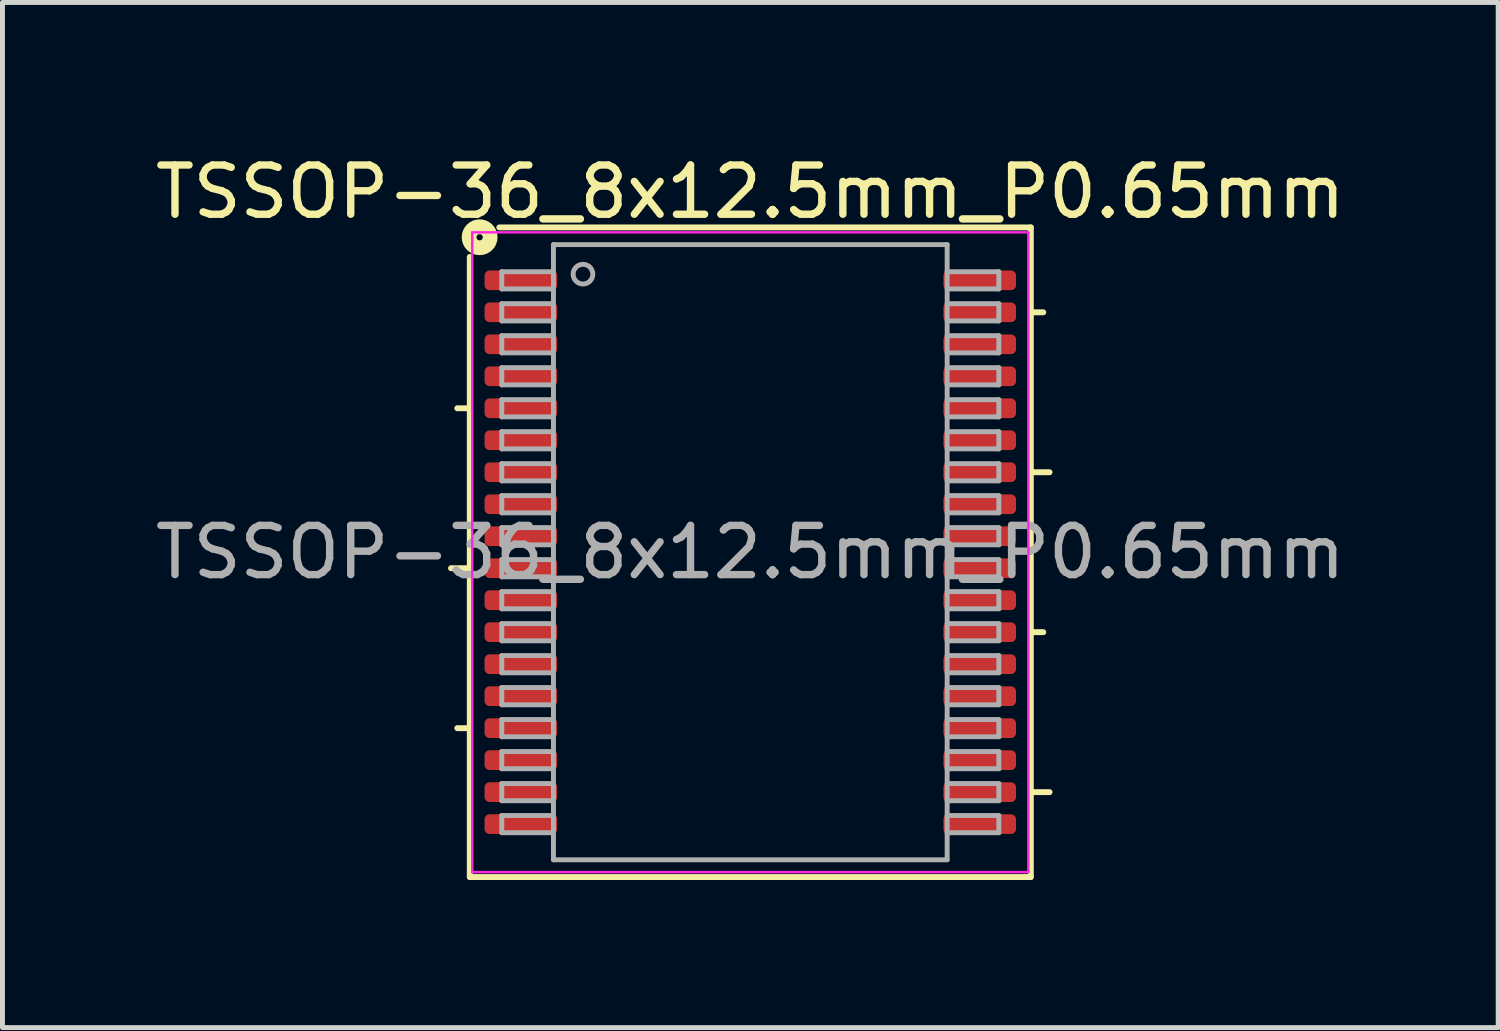
<source format=kicad_pcb>
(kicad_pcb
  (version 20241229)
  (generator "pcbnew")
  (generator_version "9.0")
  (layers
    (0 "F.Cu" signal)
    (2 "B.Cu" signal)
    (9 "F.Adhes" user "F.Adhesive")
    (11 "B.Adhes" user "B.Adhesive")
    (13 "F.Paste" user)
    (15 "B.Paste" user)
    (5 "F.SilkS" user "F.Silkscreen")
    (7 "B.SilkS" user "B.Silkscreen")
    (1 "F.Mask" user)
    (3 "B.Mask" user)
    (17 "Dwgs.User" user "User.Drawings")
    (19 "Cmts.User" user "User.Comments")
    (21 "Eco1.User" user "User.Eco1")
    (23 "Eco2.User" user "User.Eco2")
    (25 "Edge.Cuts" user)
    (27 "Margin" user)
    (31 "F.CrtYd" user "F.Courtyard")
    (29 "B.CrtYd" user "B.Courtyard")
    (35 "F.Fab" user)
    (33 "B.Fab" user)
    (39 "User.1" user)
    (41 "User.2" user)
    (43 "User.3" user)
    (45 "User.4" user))
  (footprint "TSSOP-36_8x12.5mm_P0.65mm"
    (layer "F.Cu")
    (at 12.196 8.171)
    (property "Reference" "TSSOP-36_8x12.5mm_P0.65mm" (at 0 -7.323 0) (layer "F.SilkS") (effects (font (size 1 1) (thickness 0.15))))
    (attr smd)
    (fp_line (start -5.7 -6) (end -5.7 6.6) (stroke (width 0.12) (type solid)) (layer "F.SilkS"))
    (fp_line (start -5.7 -2.925) (end -5.954 -2.925) (stroke (width 0.12) (type solid)) (layer "F.SilkS"))
    (fp_line (start -5.7 0.325) (end -6.081 0.325) (stroke (width 0.12) (type solid)) (layer "F.SilkS"))
    (fp_line (start -5.7 3.575) (end -5.954 3.575) (stroke (width 0.12) (type solid)) (layer "F.SilkS"))
    (fp_line (start -5.7 6.6) (end 5.7 6.6) (stroke (width 0.12) (type solid)) (layer "F.SilkS"))
    (fp_line (start 5.7 -6.6) (end -5.1 -6.6) (stroke (width 0.12) (type solid)) (layer "F.SilkS"))
    (fp_line (start 5.7 -4.875) (end 5.954 -4.875) (stroke (width 0.12) (type solid)) (layer "F.SilkS"))
    (fp_line (start 5.7 -1.625) (end 6.081 -1.625) (stroke (width 0.12) (type solid)) (layer "F.SilkS"))
    (fp_line (start 5.7 1.625) (end 5.954 1.625) (stroke (width 0.12) (type solid)) (layer "F.SilkS"))
    (fp_line (start 5.7 4.875) (end 6.081 4.875) (stroke (width 0.12) (type solid)) (layer "F.SilkS"))
    (fp_line (start 5.7 6.6) (end 5.7 -6.6) (stroke (width 0.12) (type solid)) (layer "F.SilkS"))
    (fp_circle (center -5.5 -6.4) (end -5.436 -6.4) (stroke (width 0.3) (type solid)) (fill no) (layer "F.SilkS"))
    (fp_line (start -5.65 -6.5) (end -5.65 6.5) (stroke (width 0.05) (type solid)) (layer "F.CrtYd"))
    (fp_line (start -5.65 6.5) (end 5.65 6.5) (stroke (width 0.05) (type solid)) (layer "F.CrtYd"))
    (fp_line (start 5.65 -6.5) (end -5.65 -6.5) (stroke (width 0.05) (type solid)) (layer "F.CrtYd"))
    (fp_line (start 5.65 6.5) (end 5.65 -6.5) (stroke (width 0.05) (type solid)) (layer "F.CrtYd"))
    (fp_line (start -5.05 -5.7) (end -5.05 -5.35) (stroke (width 0.1) (type solid)) (layer "F.Fab"))
    (fp_line (start -5.05 -5.7) (end -4 -5.7) (stroke (width 0.1) (type solid)) (layer "F.Fab"))
    (fp_line (start -5.05 -5.35) (end -4 -5.35) (stroke (width 0.1) (type solid)) (layer "F.Fab"))
    (fp_line (start -5.05 -5.05) (end -5.05 -4.7) (stroke (width 0.1) (type solid)) (layer "F.Fab"))
    (fp_line (start -5.05 -5.05) (end -4 -5.05) (stroke (width 0.1) (type solid)) (layer "F.Fab"))
    (fp_line (start -5.05 -4.7) (end -4 -4.7) (stroke (width 0.1) (type solid)) (layer "F.Fab"))
    (fp_line (start -5.05 -4.4) (end -5.05 -4.05) (stroke (width 0.1) (type solid)) (layer "F.Fab"))
    (fp_line (start -5.05 -4.4) (end -4 -4.4) (stroke (width 0.1) (type solid)) (layer "F.Fab"))
    (fp_line (start -5.05 -4.05) (end -4 -4.05) (stroke (width 0.1) (type solid)) (layer "F.Fab"))
    (fp_line (start -5.05 -3.75) (end -5.05 -3.4) (stroke (width 0.1) (type solid)) (layer "F.Fab"))
    (fp_line (start -5.05 -3.75) (end -4 -3.75) (stroke (width 0.1) (type solid)) (layer "F.Fab"))
    (fp_line (start -5.05 -3.4) (end -4 -3.4) (stroke (width 0.1) (type solid)) (layer "F.Fab"))
    (fp_line (start -5.05 -3.1) (end -5.05 -2.75) (stroke (width 0.1) (type solid)) (layer "F.Fab"))
    (fp_line (start -5.05 -3.1) (end -4 -3.1) (stroke (width 0.1) (type solid)) (layer "F.Fab"))
    (fp_line (start -5.05 -2.75) (end -4 -2.75) (stroke (width 0.1) (type solid)) (layer "F.Fab"))
    (fp_line (start -5.05 -2.45) (end -5.05 -2.1) (stroke (width 0.1) (type solid)) (layer "F.Fab"))
    (fp_line (start -5.05 -2.45) (end -4 -2.45) (stroke (width 0.1) (type solid)) (layer "F.Fab"))
    (fp_line (start -5.05 -2.1) (end -4 -2.1) (stroke (width 0.1) (type solid)) (layer "F.Fab"))
    (fp_line (start -5.05 -1.8) (end -5.05 -1.45) (stroke (width 0.1) (type solid)) (layer "F.Fab"))
    (fp_line (start -5.05 -1.8) (end -4 -1.8) (stroke (width 0.1) (type solid)) (layer "F.Fab"))
    (fp_line (start -5.05 -1.45) (end -4 -1.45) (stroke (width 0.1) (type solid)) (layer "F.Fab"))
    (fp_line (start -5.05 -1.15) (end -5.05 -0.8) (stroke (width 0.1) (type solid)) (layer "F.Fab"))
    (fp_line (start -5.05 -1.15) (end -4 -1.15) (stroke (width 0.1) (type solid)) (layer "F.Fab"))
    (fp_line (start -5.05 -0.8) (end -4 -0.8) (stroke (width 0.1) (type solid)) (layer "F.Fab"))
    (fp_line (start -5.05 -0.5) (end -5.05 -0.15) (stroke (width 0.1) (type solid)) (layer "F.Fab"))
    (fp_line (start -5.05 -0.5) (end -4 -0.5) (stroke (width 0.1) (type solid)) (layer "F.Fab"))
    (fp_line (start -5.05 -0.15) (end -4 -0.15) (stroke (width 0.1) (type solid)) (layer "F.Fab"))
    (fp_line (start -5.05 0.15) (end -5.05 0.5) (stroke (width 0.1) (type solid)) (layer "F.Fab"))
    (fp_line (start -5.05 0.15) (end -4 0.15) (stroke (width 0.1) (type solid)) (layer "F.Fab"))
    (fp_line (start -5.05 0.5) (end -4 0.5) (stroke (width 0.1) (type solid)) (layer "F.Fab"))
    (fp_line (start -5.05 0.8) (end -5.05 1.15) (stroke (width 0.1) (type solid)) (layer "F.Fab"))
    (fp_line (start -5.05 0.8) (end -4 0.8) (stroke (width 0.1) (type solid)) (layer "F.Fab"))
    (fp_line (start -5.05 1.15) (end -4 1.15) (stroke (width 0.1) (type solid)) (layer "F.Fab"))
    (fp_line (start -5.05 1.45) (end -5.05 1.8) (stroke (width 0.1) (type solid)) (layer "F.Fab"))
    (fp_line (start -5.05 1.45) (end -4 1.45) (stroke (width 0.1) (type solid)) (layer "F.Fab"))
    (fp_line (start -5.05 1.8) (end -4 1.8) (stroke (width 0.1) (type solid)) (layer "F.Fab"))
    (fp_line (start -5.05 2.1) (end -5.05 2.45) (stroke (width 0.1) (type solid)) (layer "F.Fab"))
    (fp_line (start -5.05 2.1) (end -4 2.1) (stroke (width 0.1) (type solid)) (layer "F.Fab"))
    (fp_line (start -5.05 2.45) (end -4 2.45) (stroke (width 0.1) (type solid)) (layer "F.Fab"))
    (fp_line (start -5.05 2.75) (end -5.05 3.1) (stroke (width 0.1) (type solid)) (layer "F.Fab"))
    (fp_line (start -5.05 2.75) (end -4 2.75) (stroke (width 0.1) (type solid)) (layer "F.Fab"))
    (fp_line (start -5.05 3.1) (end -4 3.1) (stroke (width 0.1) (type solid)) (layer "F.Fab"))
    (fp_line (start -5.05 3.4) (end -5.05 3.75) (stroke (width 0.1) (type solid)) (layer "F.Fab"))
    (fp_line (start -5.05 3.4) (end -4 3.4) (stroke (width 0.1) (type solid)) (layer "F.Fab"))
    (fp_line (start -5.05 3.75) (end -4 3.75) (stroke (width 0.1) (type solid)) (layer "F.Fab"))
    (fp_line (start -5.05 4.05) (end -5.05 4.4) (stroke (width 0.1) (type solid)) (layer "F.Fab"))
    (fp_line (start -5.05 4.05) (end -4 4.05) (stroke (width 0.1) (type solid)) (layer "F.Fab"))
    (fp_line (start -5.05 4.4) (end -4 4.4) (stroke (width 0.1) (type solid)) (layer "F.Fab"))
    (fp_line (start -5.05 4.7) (end -5.05 5.05) (stroke (width 0.1) (type solid)) (layer "F.Fab"))
    (fp_line (start -5.05 4.7) (end -4 4.7) (stroke (width 0.1) (type solid)) (layer "F.Fab"))
    (fp_line (start -5.05 5.05) (end -4 5.05) (stroke (width 0.1) (type solid)) (layer "F.Fab"))
    (fp_line (start -5.05 5.35) (end -5.05 5.7) (stroke (width 0.1) (type solid)) (layer "F.Fab"))
    (fp_line (start -5.05 5.35) (end -4 5.35) (stroke (width 0.1) (type solid)) (layer "F.Fab"))
    (fp_line (start -5.05 5.7) (end -4 5.7) (stroke (width 0.1) (type solid)) (layer "F.Fab"))
    (fp_line (start -4 -6.25) (end 4 -6.25) (stroke (width 0.1) (type solid)) (layer "F.Fab"))
    (fp_line (start -4 6.25) (end -4 -6.25) (stroke (width 0.1) (type solid)) (layer "F.Fab"))
    (fp_line (start 4 -6.25) (end 4 6.25) (stroke (width 0.1) (type solid)) (layer "F.Fab"))
    (fp_line (start 4 6.25) (end -4 6.25) (stroke (width 0.1) (type solid)) (layer "F.Fab"))
    (fp_line (start 5.05 -5.7) (end 4 -5.7) (stroke (width 0.1) (type solid)) (layer "F.Fab"))
    (fp_line (start 5.05 -5.35) (end 4 -5.35) (stroke (width 0.1) (type solid)) (layer "F.Fab"))
    (fp_line (start 5.05 -5.35) (end 5.05 -5.7) (stroke (width 0.1) (type solid)) (layer "F.Fab"))
    (fp_line (start 5.05 -5.05) (end 4 -5.05) (stroke (width 0.1) (type solid)) (layer "F.Fab"))
    (fp_line (start 5.05 -4.7) (end 4 -4.7) (stroke (width 0.1) (type solid)) (layer "F.Fab"))
    (fp_line (start 5.05 -4.7) (end 5.05 -5.05) (stroke (width 0.1) (type solid)) (layer "F.Fab"))
    (fp_line (start 5.05 -4.4) (end 4 -4.4) (stroke (width 0.1) (type solid)) (layer "F.Fab"))
    (fp_line (start 5.05 -4.05) (end 4 -4.05) (stroke (width 0.1) (type solid)) (layer "F.Fab"))
    (fp_line (start 5.05 -4.05) (end 5.05 -4.4) (stroke (width 0.1) (type solid)) (layer "F.Fab"))
    (fp_line (start 5.05 -3.75) (end 4 -3.75) (stroke (width 0.1) (type solid)) (layer "F.Fab"))
    (fp_line (start 5.05 -3.4) (end 4 -3.4) (stroke (width 0.1) (type solid)) (layer "F.Fab"))
    (fp_line (start 5.05 -3.4) (end 5.05 -3.75) (stroke (width 0.1) (type solid)) (layer "F.Fab"))
    (fp_line (start 5.05 -3.1) (end 4 -3.1) (stroke (width 0.1) (type solid)) (layer "F.Fab"))
    (fp_line (start 5.05 -2.75) (end 4 -2.75) (stroke (width 0.1) (type solid)) (layer "F.Fab"))
    (fp_line (start 5.05 -2.75) (end 5.05 -3.1) (stroke (width 0.1) (type solid)) (layer "F.Fab"))
    (fp_line (start 5.05 -2.45) (end 4 -2.45) (stroke (width 0.1) (type solid)) (layer "F.Fab"))
    (fp_line (start 5.05 -2.1) (end 4 -2.1) (stroke (width 0.1) (type solid)) (layer "F.Fab"))
    (fp_line (start 5.05 -2.1) (end 5.05 -2.45) (stroke (width 0.1) (type solid)) (layer "F.Fab"))
    (fp_line (start 5.05 -1.8) (end 4 -1.8) (stroke (width 0.1) (type solid)) (layer "F.Fab"))
    (fp_line (start 5.05 -1.45) (end 4 -1.45) (stroke (width 0.1) (type solid)) (layer "F.Fab"))
    (fp_line (start 5.05 -1.45) (end 5.05 -1.8) (stroke (width 0.1) (type solid)) (layer "F.Fab"))
    (fp_line (start 5.05 -1.15) (end 4 -1.15) (stroke (width 0.1) (type solid)) (layer "F.Fab"))
    (fp_line (start 5.05 -0.8) (end 4 -0.8) (stroke (width 0.1) (type solid)) (layer "F.Fab"))
    (fp_line (start 5.05 -0.8) (end 5.05 -1.15) (stroke (width 0.1) (type solid)) (layer "F.Fab"))
    (fp_line (start 5.05 -0.5) (end 4 -0.5) (stroke (width 0.1) (type solid)) (layer "F.Fab"))
    (fp_line (start 5.05 -0.15) (end 4 -0.15) (stroke (width 0.1) (type solid)) (layer "F.Fab"))
    (fp_line (start 5.05 -0.15) (end 5.05 -0.5) (stroke (width 0.1) (type solid)) (layer "F.Fab"))
    (fp_line (start 5.05 0.15) (end 4 0.15) (stroke (width 0.1) (type solid)) (layer "F.Fab"))
    (fp_line (start 5.05 0.5) (end 4 0.5) (stroke (width 0.1) (type solid)) (layer "F.Fab"))
    (fp_line (start 5.05 0.5) (end 5.05 0.15) (stroke (width 0.1) (type solid)) (layer "F.Fab"))
    (fp_line (start 5.05 0.8) (end 4 0.8) (stroke (width 0.1) (type solid)) (layer "F.Fab"))
    (fp_line (start 5.05 1.15) (end 4 1.15) (stroke (width 0.1) (type solid)) (layer "F.Fab"))
    (fp_line (start 5.05 1.15) (end 5.05 0.8) (stroke (width 0.1) (type solid)) (layer "F.Fab"))
    (fp_line (start 5.05 1.45) (end 4 1.45) (stroke (width 0.1) (type solid)) (layer "F.Fab"))
    (fp_line (start 5.05 1.8) (end 4 1.8) (stroke (width 0.1) (type solid)) (layer "F.Fab"))
    (fp_line (start 5.05 1.8) (end 5.05 1.45) (stroke (width 0.1) (type solid)) (layer "F.Fab"))
    (fp_line (start 5.05 2.1) (end 4 2.1) (stroke (width 0.1) (type solid)) (layer "F.Fab"))
    (fp_line (start 5.05 2.45) (end 4 2.45) (stroke (width 0.1) (type solid)) (layer "F.Fab"))
    (fp_line (start 5.05 2.45) (end 5.05 2.1) (stroke (width 0.1) (type solid)) (layer "F.Fab"))
    (fp_line (start 5.05 2.75) (end 4 2.75) (stroke (width 0.1) (type solid)) (layer "F.Fab"))
    (fp_line (start 5.05 3.1) (end 4 3.1) (stroke (width 0.1) (type solid)) (layer "F.Fab"))
    (fp_line (start 5.05 3.1) (end 5.05 2.75) (stroke (width 0.1) (type solid)) (layer "F.Fab"))
    (fp_line (start 5.05 3.4) (end 4 3.4) (stroke (width 0.1) (type solid)) (layer "F.Fab"))
    (fp_line (start 5.05 3.75) (end 4 3.75) (stroke (width 0.1) (type solid)) (layer "F.Fab"))
    (fp_line (start 5.05 3.75) (end 5.05 3.4) (stroke (width 0.1) (type solid)) (layer "F.Fab"))
    (fp_line (start 5.05 4.05) (end 4 4.05) (stroke (width 0.1) (type solid)) (layer "F.Fab"))
    (fp_line (start 5.05 4.4) (end 4 4.4) (stroke (width 0.1) (type solid)) (layer "F.Fab"))
    (fp_line (start 5.05 4.4) (end 5.05 4.05) (stroke (width 0.1) (type solid)) (layer "F.Fab"))
    (fp_line (start 5.05 4.7) (end 4 4.7) (stroke (width 0.1) (type solid)) (layer "F.Fab"))
    (fp_line (start 5.05 5.05) (end 4 5.05) (stroke (width 0.1) (type solid)) (layer "F.Fab"))
    (fp_line (start 5.05 5.05) (end 5.05 4.7) (stroke (width 0.1) (type solid)) (layer "F.Fab"))
    (fp_line (start 5.05 5.35) (end 4 5.35) (stroke (width 0.1) (type solid)) (layer "F.Fab"))
    (fp_line (start 5.05 5.7) (end 4 5.7) (stroke (width 0.1) (type solid)) (layer "F.Fab"))
    (fp_line (start 5.05 5.7) (end 5.05 5.35) (stroke (width 0.1) (type solid)) (layer "F.Fab"))
    (fp_circle (center -3.4 -5.65) (end -3.2 -5.65) (stroke (width 0.1) (type solid)) (fill no) (layer "F.Fab"))
    (fp_text user "${REFERENCE}" (at 0 0 0) (layer "F.Fab") (effects (font (size 1 1) (thickness 0.15))))
    (pad "1" smd roundrect (at -4.662 -5.525) (size 1.475 0.4) (layers "F.Cu" "F.Mask" "F.Paste") (roundrect_rratio 0.25))
    (pad "2" smd roundrect (at -4.662 -4.875) (size 1.475 0.4) (layers "F.Cu" "F.Mask" "F.Paste") (roundrect_rratio 0.25))
    (pad "3" smd roundrect (at -4.662 -4.225) (size 1.475 0.4) (layers "F.Cu" "F.Mask" "F.Paste") (roundrect_rratio 0.25))
    (pad "4" smd roundrect (at -4.662 -3.575) (size 1.475 0.4) (layers "F.Cu" "F.Mask" "F.Paste") (roundrect_rratio 0.25))
    (pad "5" smd roundrect (at -4.662 -2.925) (size 1.475 0.4) (layers "F.Cu" "F.Mask" "F.Paste") (roundrect_rratio 0.25))
    (pad "6" smd roundrect (at -4.662 -2.275) (size 1.475 0.4) (layers "F.Cu" "F.Mask" "F.Paste") (roundrect_rratio 0.25))
    (pad "7" smd roundrect (at -4.662 -1.625) (size 1.475 0.4) (layers "F.Cu" "F.Mask" "F.Paste") (roundrect_rratio 0.25))
    (pad "8" smd roundrect (at -4.662 -0.975) (size 1.475 0.4) (layers "F.Cu" "F.Mask" "F.Paste") (roundrect_rratio 0.25))
    (pad "9" smd roundrect (at -4.662 -0.325) (size 1.475 0.4) (layers "F.Cu" "F.Mask" "F.Paste") (roundrect_rratio 0.25))
    (pad "10" smd roundrect (at -4.662 0.325) (size 1.475 0.4) (layers "F.Cu" "F.Mask" "F.Paste") (roundrect_rratio 0.25))
    (pad "11" smd roundrect (at -4.662 0.975) (size 1.475 0.4) (layers "F.Cu" "F.Mask" "F.Paste") (roundrect_rratio 0.25))
    (pad "12" smd roundrect (at -4.662 1.625) (size 1.475 0.4) (layers "F.Cu" "F.Mask" "F.Paste") (roundrect_rratio 0.25))
    (pad "13" smd roundrect (at -4.662 2.275) (size 1.475 0.4) (layers "F.Cu" "F.Mask" "F.Paste") (roundrect_rratio 0.25))
    (pad "14" smd roundrect (at -4.662 2.925) (size 1.475 0.4) (layers "F.Cu" "F.Mask" "F.Paste") (roundrect_rratio 0.25))
    (pad "15" smd roundrect (at -4.662 3.575) (size 1.475 0.4) (layers "F.Cu" "F.Mask" "F.Paste") (roundrect_rratio 0.25))
    (pad "16" smd roundrect (at -4.662 4.225) (size 1.475 0.4) (layers "F.Cu" "F.Mask" "F.Paste") (roundrect_rratio 0.25))
    (pad "17" smd roundrect (at -4.662 4.875) (size 1.475 0.4) (layers "F.Cu" "F.Mask" "F.Paste") (roundrect_rratio 0.25))
    (pad "18" smd roundrect (at -4.662 5.525) (size 1.475 0.4) (layers "F.Cu" "F.Mask" "F.Paste") (roundrect_rratio 0.25))
    (pad "19" smd roundrect (at 4.662 5.525) (size 1.475 0.4) (layers "F.Cu" "F.Mask" "F.Paste") (roundrect_rratio 0.25))
    (pad "20" smd roundrect (at 4.662 4.875) (size 1.475 0.4) (layers "F.Cu" "F.Mask" "F.Paste") (roundrect_rratio 0.25))
    (pad "21" smd roundrect (at 4.662 4.225) (size 1.475 0.4) (layers "F.Cu" "F.Mask" "F.Paste") (roundrect_rratio 0.25))
    (pad "22" smd roundrect (at 4.662 3.575) (size 1.475 0.4) (layers "F.Cu" "F.Mask" "F.Paste") (roundrect_rratio 0.25))
    (pad "23" smd roundrect (at 4.662 2.925) (size 1.475 0.4) (layers "F.Cu" "F.Mask" "F.Paste") (roundrect_rratio 0.25))
    (pad "24" smd roundrect (at 4.662 2.275) (size 1.475 0.4) (layers "F.Cu" "F.Mask" "F.Paste") (roundrect_rratio 0.25))
    (pad "25" smd roundrect (at 4.662 1.625) (size 1.475 0.4) (layers "F.Cu" "F.Mask" "F.Paste") (roundrect_rratio 0.25))
    (pad "26" smd roundrect (at 4.662 0.975) (size 1.475 0.4) (layers "F.Cu" "F.Mask" "F.Paste") (roundrect_rratio 0.25))
    (pad "27" smd roundrect (at 4.662 0.325) (size 1.475 0.4) (layers "F.Cu" "F.Mask" "F.Paste") (roundrect_rratio 0.25))
    (pad "28" smd roundrect (at 4.662 -0.325) (size 1.475 0.4) (layers "F.Cu" "F.Mask" "F.Paste") (roundrect_rratio 0.25))
    (pad "29" smd roundrect (at 4.662 -0.975) (size 1.475 0.4) (layers "F.Cu" "F.Mask" "F.Paste") (roundrect_rratio 0.25))
    (pad "30" smd roundrect (at 4.662 -1.625) (size 1.475 0.4) (layers "F.Cu" "F.Mask" "F.Paste") (roundrect_rratio 0.25))
    (pad "31" smd roundrect (at 4.662 -2.275) (size 1.475 0.4) (layers "F.Cu" "F.Mask" "F.Paste") (roundrect_rratio 0.25))
    (pad "32" smd roundrect (at 4.662 -2.925) (size 1.475 0.4) (layers "F.Cu" "F.Mask" "F.Paste") (roundrect_rratio 0.25))
    (pad "33" smd roundrect (at 4.662 -3.575) (size 1.475 0.4) (layers "F.Cu" "F.Mask" "F.Paste") (roundrect_rratio 0.25))
    (pad "34" smd roundrect (at 4.662 -4.225) (size 1.475 0.4) (layers "F.Cu" "F.Mask" "F.Paste") (roundrect_rratio 0.25))
    (pad "35" smd roundrect (at 4.662 -4.875) (size 1.475 0.4) (layers "F.Cu" "F.Mask" "F.Paste") (roundrect_rratio 0.25))
    (pad "36" smd roundrect (at 4.662 -5.525) (size 1.475 0.4) (layers "F.Cu" "F.Mask" "F.Paste") (roundrect_rratio 0.25)))
  (gr_rect
    (start -3 -3)
    (end 27.393 17.831)
    (stroke (width 0.1) (type default))
    (fill no)
    (layer "Edge.Cuts")))
</source>
